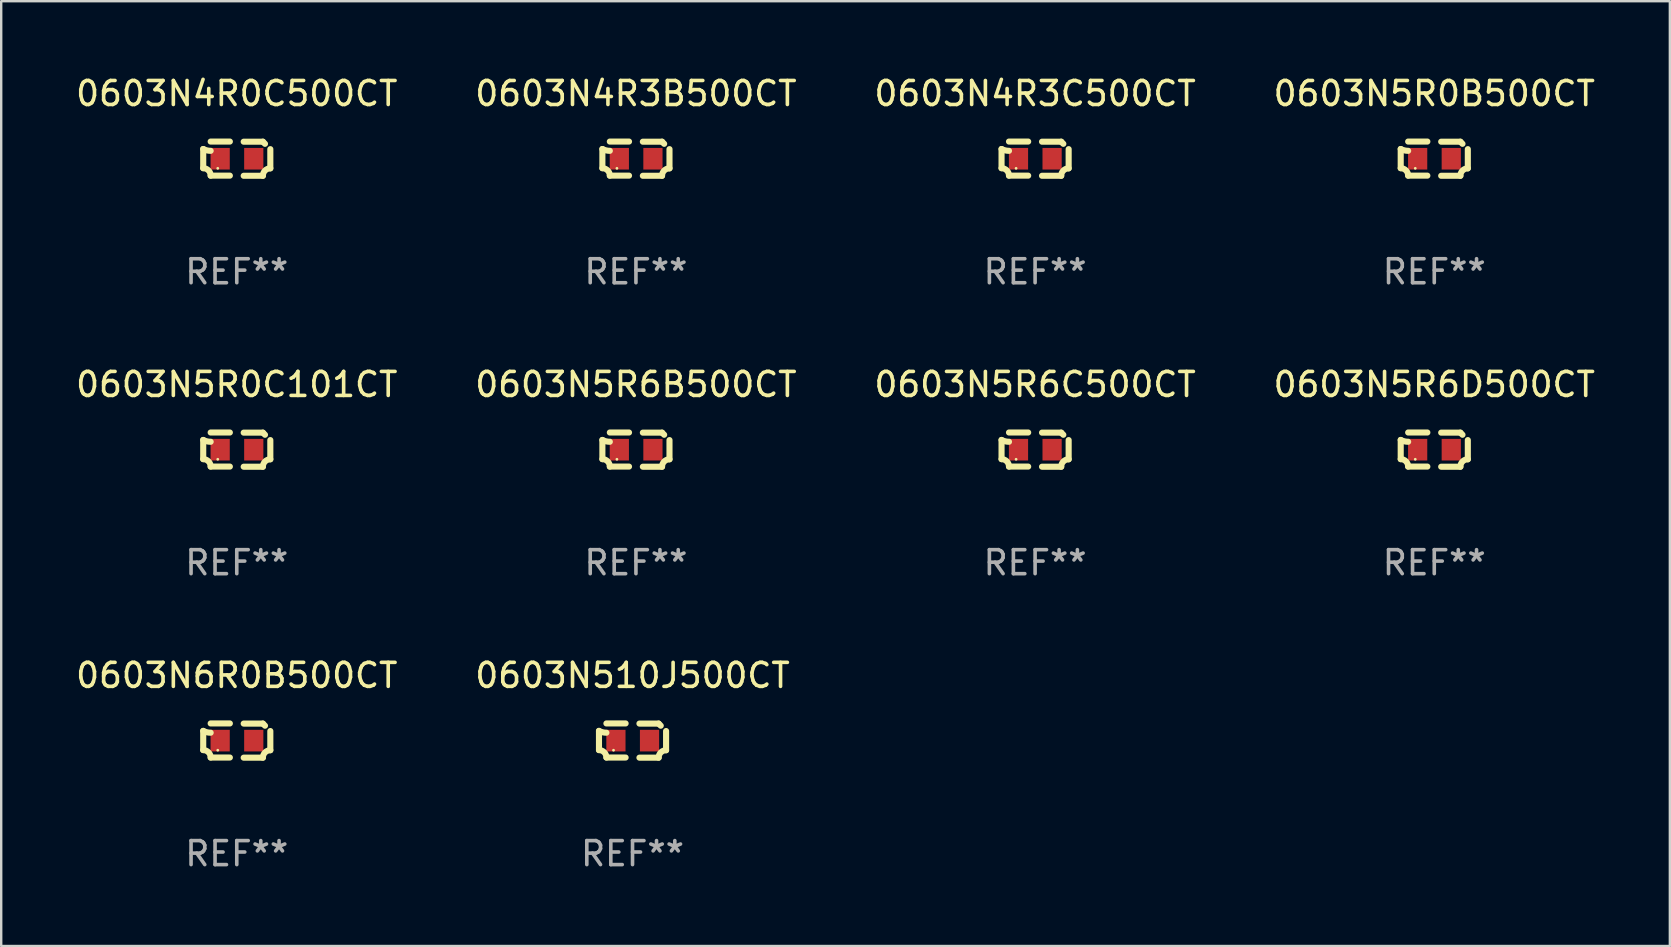
<source format=kicad_pcb>
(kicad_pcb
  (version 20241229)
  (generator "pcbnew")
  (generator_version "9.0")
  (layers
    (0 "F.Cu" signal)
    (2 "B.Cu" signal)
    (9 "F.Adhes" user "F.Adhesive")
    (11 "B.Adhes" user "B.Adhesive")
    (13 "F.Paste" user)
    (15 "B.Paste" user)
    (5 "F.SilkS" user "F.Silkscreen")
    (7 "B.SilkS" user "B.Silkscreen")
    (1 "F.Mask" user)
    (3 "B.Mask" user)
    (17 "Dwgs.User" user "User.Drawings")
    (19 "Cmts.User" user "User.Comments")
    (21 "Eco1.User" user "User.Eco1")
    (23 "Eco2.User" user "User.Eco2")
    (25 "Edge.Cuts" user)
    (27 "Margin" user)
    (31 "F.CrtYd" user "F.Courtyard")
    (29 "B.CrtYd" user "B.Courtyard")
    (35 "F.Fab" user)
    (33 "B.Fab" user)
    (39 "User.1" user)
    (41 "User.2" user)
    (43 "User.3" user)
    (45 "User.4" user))
  (footprint "0603N510J500CT"
    (layer "F.Cu")
    (at 23.304 27.805)
    (property "Reference" "0603N510J500CT" (at 0 -2.713 0) (layer "F.SilkS") (effects (font (size 1 1) (thickness 0.15))))
    (attr through_hole)
    (fp_line (start -1.398 -0.403) (end -1.398 0.397) (stroke (width 0.254) (type solid)) (layer "F.SilkS"))
    (fp_line (start -0.288 -0.713) (end -1.088 -0.713) (stroke (width 0.254) (type solid)) (layer "F.SilkS"))
    (fp_line (start -0.288 0.707) (end -1.088 0.707) (stroke (width 0.254) (type solid)) (layer "F.SilkS"))
    (fp_line (start 0.288 -0.707) (end 1.088 -0.707) (stroke (width 0.254) (type solid)) (layer "F.SilkS"))
    (fp_line (start 0.288 0.713) (end 1.088 0.713) (stroke (width 0.254) (type solid)) (layer "F.SilkS"))
    (fp_line (start 1.398 -0.397) (end 1.398 0.403) (stroke (width 0.254) (type solid)) (layer "F.SilkS"))
    (fp_arc (start -1.397789 0.397066) (mid -1.178701 0.487826) (end -1.08796 0.706922) (stroke (width 0.254001) (type solid)) (layer "F.SilkS"))
    (fp_arc (start -1.08796 -0.327176) (mid -1.247436 -0.346384) (end -1.39779 -0.402908) (stroke (width 0.254001) (type solid)) (layer "F.SilkS"))
    (fp_arc (start 1.087909 0.712738) (mid 1.178656 0.493655) (end 1.397739 0.402908) (stroke (width 0.254001) (type solid)) (layer "F.SilkS"))
    (fp_arc (start 1.175925 -0.618926) (mid 1.131917 -0.662923) (end 1.08791 -0.706922) (stroke (width 0.254001) (type solid)) (layer "F.SilkS"))
    (fp_circle (center -0.792 0.403) (end -0.762 0.403) (stroke (width 0.06) (type solid)) (fill no) (layer "F.SilkS"))
    (fp_text user "REF**" (at 0 4.713 0) (layer "F.Fab") (effects (font (size 1 1) (thickness 0.15))))
    (pad "1" smd rect (at -0.692 0.003) (size 0.8 0.9) (layers "F.Cu" "F.Mask" "F.Paste"))
    (pad "2" smd rect (at 0.708 0.003) (size 0.8 0.9) (layers "F.Cu" "F.Mask" "F.Paste")))
  (footprint "0603N5R6B500CT"
    (layer "F.Cu")
    (at 23.446 15.683)
    (property "Reference" "0603N5R6B500CT" (at 0 -2.713 0) (layer "F.SilkS") (effects (font (size 1 1) (thickness 0.15))))
    (attr through_hole)
    (fp_line (start -1.398 -0.403) (end -1.398 0.397) (stroke (width 0.254) (type solid)) (layer "F.SilkS"))
    (fp_line (start -0.288 -0.713) (end -1.088 -0.713) (stroke (width 0.254) (type solid)) (layer "F.SilkS"))
    (fp_line (start -0.288 0.707) (end -1.088 0.707) (stroke (width 0.254) (type solid)) (layer "F.SilkS"))
    (fp_line (start 0.288 -0.707) (end 1.088 -0.707) (stroke (width 0.254) (type solid)) (layer "F.SilkS"))
    (fp_line (start 0.288 0.713) (end 1.088 0.713) (stroke (width 0.254) (type solid)) (layer "F.SilkS"))
    (fp_line (start 1.398 -0.397) (end 1.398 0.403) (stroke (width 0.254) (type solid)) (layer "F.SilkS"))
    (fp_arc (start -1.397789 0.397066) (mid -1.178701 0.487826) (end -1.08796 0.706922) (stroke (width 0.254001) (type solid)) (layer "F.SilkS"))
    (fp_arc (start -1.08796 -0.327176) (mid -1.247436 -0.346384) (end -1.39779 -0.402908) (stroke (width 0.254001) (type solid)) (layer "F.SilkS"))
    (fp_arc (start 1.087909 0.712738) (mid 1.178656 0.493655) (end 1.397739 0.402908) (stroke (width 0.254001) (type solid)) (layer "F.SilkS"))
    (fp_arc (start 1.175925 -0.618926) (mid 1.131917 -0.662923) (end 1.08791 -0.706922) (stroke (width 0.254001) (type solid)) (layer "F.SilkS"))
    (fp_circle (center -0.792 0.403) (end -0.762 0.403) (stroke (width 0.06) (type solid)) (fill no) (layer "F.SilkS"))
    (fp_text user "REF**" (at 0 4.713 0) (layer "F.Fab") (effects (font (size 1 1) (thickness 0.15))))
    (pad "1" smd rect (at -0.692 0.003) (size 0.8 0.9) (layers "F.Cu" "F.Mask" "F.Paste"))
    (pad "2" smd rect (at 0.708 0.003) (size 0.8 0.9) (layers "F.Cu" "F.Mask" "F.Paste")))
  (footprint "0603N5R0C101CT"
    (layer "F.Cu")
    (at 6.815 15.683)
    (property "Reference" "0603N5R0C101CT" (at 0 -2.713 0) (layer "F.SilkS") (effects (font (size 1 1) (thickness 0.15))))
    (attr through_hole)
    (fp_line (start -1.398 -0.403) (end -1.398 0.397) (stroke (width 0.254) (type solid)) (layer "F.SilkS"))
    (fp_line (start -0.288 -0.713) (end -1.088 -0.713) (stroke (width 0.254) (type solid)) (layer "F.SilkS"))
    (fp_line (start -0.288 0.707) (end -1.088 0.707) (stroke (width 0.254) (type solid)) (layer "F.SilkS"))
    (fp_line (start 0.288 -0.707) (end 1.088 -0.707) (stroke (width 0.254) (type solid)) (layer "F.SilkS"))
    (fp_line (start 0.288 0.713) (end 1.088 0.713) (stroke (width 0.254) (type solid)) (layer "F.SilkS"))
    (fp_line (start 1.398 -0.397) (end 1.398 0.403) (stroke (width 0.254) (type solid)) (layer "F.SilkS"))
    (fp_arc (start -1.397789 0.397066) (mid -1.178701 0.487826) (end -1.08796 0.706922) (stroke (width 0.254001) (type solid)) (layer "F.SilkS"))
    (fp_arc (start -1.08796 -0.327176) (mid -1.247436 -0.346384) (end -1.39779 -0.402908) (stroke (width 0.254001) (type solid)) (layer "F.SilkS"))
    (fp_arc (start 1.087909 0.712738) (mid 1.178656 0.493655) (end 1.397739 0.402908) (stroke (width 0.254001) (type solid)) (layer "F.SilkS"))
    (fp_arc (start 1.175925 -0.618926) (mid 1.131917 -0.662923) (end 1.08791 -0.706922) (stroke (width 0.254001) (type solid)) (layer "F.SilkS"))
    (fp_circle (center -0.792 0.403) (end -0.762 0.403) (stroke (width 0.06) (type solid)) (fill no) (layer "F.SilkS"))
    (fp_text user "REF**" (at 0 4.713 0) (layer "F.Fab") (effects (font (size 1 1) (thickness 0.15))))
    (pad "1" smd rect (at -0.692 0.003) (size 0.8 0.9) (layers "F.Cu" "F.Mask" "F.Paste"))
    (pad "2" smd rect (at 0.708 0.003) (size 0.8 0.9) (layers "F.Cu" "F.Mask" "F.Paste")))
  (footprint "0603N5R6C500CT"
    (layer "F.Cu")
    (at 40.077 15.683)
    (property "Reference" "0603N5R6C500CT" (at 0 -2.713 0) (layer "F.SilkS") (effects (font (size 1 1) (thickness 0.15))))
    (attr through_hole)
    (fp_line (start -1.398 -0.403) (end -1.398 0.397) (stroke (width 0.254) (type solid)) (layer "F.SilkS"))
    (fp_line (start -0.288 -0.713) (end -1.088 -0.713) (stroke (width 0.254) (type solid)) (layer "F.SilkS"))
    (fp_line (start -0.288 0.707) (end -1.088 0.707) (stroke (width 0.254) (type solid)) (layer "F.SilkS"))
    (fp_line (start 0.288 -0.707) (end 1.088 -0.707) (stroke (width 0.254) (type solid)) (layer "F.SilkS"))
    (fp_line (start 0.288 0.713) (end 1.088 0.713) (stroke (width 0.254) (type solid)) (layer "F.SilkS"))
    (fp_line (start 1.398 -0.397) (end 1.398 0.403) (stroke (width 0.254) (type solid)) (layer "F.SilkS"))
    (fp_arc (start -1.397789 0.397066) (mid -1.178701 0.487826) (end -1.08796 0.706922) (stroke (width 0.254001) (type solid)) (layer "F.SilkS"))
    (fp_arc (start -1.08796 -0.327176) (mid -1.247436 -0.346384) (end -1.39779 -0.402908) (stroke (width 0.254001) (type solid)) (layer "F.SilkS"))
    (fp_arc (start 1.087909 0.712738) (mid 1.178656 0.493655) (end 1.397739 0.402908) (stroke (width 0.254001) (type solid)) (layer "F.SilkS"))
    (fp_arc (start 1.175925 -0.618926) (mid 1.131917 -0.662923) (end 1.08791 -0.706922) (stroke (width 0.254001) (type solid)) (layer "F.SilkS"))
    (fp_circle (center -0.792 0.403) (end -0.762 0.403) (stroke (width 0.06) (type solid)) (fill no) (layer "F.SilkS"))
    (fp_text user "REF**" (at 0 4.713 0) (layer "F.Fab") (effects (font (size 1 1) (thickness 0.15))))
    (pad "1" smd rect (at -0.692 0.003) (size 0.8 0.9) (layers "F.Cu" "F.Mask" "F.Paste"))
    (pad "2" smd rect (at 0.708 0.003) (size 0.8 0.9) (layers "F.Cu" "F.Mask" "F.Paste")))
  (footprint "0603N5R0B500CT"
    (layer "F.Cu")
    (at 56.708 3.561)
    (property "Reference" "0603N5R0B500CT" (at 0 -2.713 0) (layer "F.SilkS") (effects (font (size 1 1) (thickness 0.15))))
    (attr through_hole)
    (fp_line (start -1.398 -0.403) (end -1.398 0.397) (stroke (width 0.254) (type solid)) (layer "F.SilkS"))
    (fp_line (start -0.288 -0.713) (end -1.088 -0.713) (stroke (width 0.254) (type solid)) (layer "F.SilkS"))
    (fp_line (start -0.288 0.707) (end -1.088 0.707) (stroke (width 0.254) (type solid)) (layer "F.SilkS"))
    (fp_line (start 0.288 -0.707) (end 1.088 -0.707) (stroke (width 0.254) (type solid)) (layer "F.SilkS"))
    (fp_line (start 0.288 0.713) (end 1.088 0.713) (stroke (width 0.254) (type solid)) (layer "F.SilkS"))
    (fp_line (start 1.398 -0.397) (end 1.398 0.403) (stroke (width 0.254) (type solid)) (layer "F.SilkS"))
    (fp_arc (start -1.397789 0.397066) (mid -1.178701 0.487826) (end -1.08796 0.706922) (stroke (width 0.254001) (type solid)) (layer "F.SilkS"))
    (fp_arc (start -1.08796 -0.327176) (mid -1.247436 -0.346384) (end -1.39779 -0.402908) (stroke (width 0.254001) (type solid)) (layer "F.SilkS"))
    (fp_arc (start 1.087909 0.712738) (mid 1.178656 0.493655) (end 1.397739 0.402908) (stroke (width 0.254001) (type solid)) (layer "F.SilkS"))
    (fp_arc (start 1.175925 -0.618926) (mid 1.131917 -0.662923) (end 1.08791 -0.706922) (stroke (width 0.254001) (type solid)) (layer "F.SilkS"))
    (fp_circle (center -0.792 0.403) (end -0.762 0.403) (stroke (width 0.06) (type solid)) (fill no) (layer "F.SilkS"))
    (fp_text user "REF**" (at 0 4.713 0) (layer "F.Fab") (effects (font (size 1 1) (thickness 0.15))))
    (pad "1" smd rect (at -0.692 0.003) (size 0.8 0.9) (layers "F.Cu" "F.Mask" "F.Paste"))
    (pad "2" smd rect (at 0.708 0.003) (size 0.8 0.9) (layers "F.Cu" "F.Mask" "F.Paste")))
  (footprint "0603N4R3B500CT"
    (layer "F.Cu")
    (at 23.446 3.561)
    (property "Reference" "0603N4R3B500CT" (at 0 -2.713 0) (layer "F.SilkS") (effects (font (size 1 1) (thickness 0.15))))
    (attr through_hole)
    (fp_line (start -1.398 -0.403) (end -1.398 0.397) (stroke (width 0.254) (type solid)) (layer "F.SilkS"))
    (fp_line (start -0.288 -0.713) (end -1.088 -0.713) (stroke (width 0.254) (type solid)) (layer "F.SilkS"))
    (fp_line (start -0.288 0.707) (end -1.088 0.707) (stroke (width 0.254) (type solid)) (layer "F.SilkS"))
    (fp_line (start 0.288 -0.707) (end 1.088 -0.707) (stroke (width 0.254) (type solid)) (layer "F.SilkS"))
    (fp_line (start 0.288 0.713) (end 1.088 0.713) (stroke (width 0.254) (type solid)) (layer "F.SilkS"))
    (fp_line (start 1.398 -0.397) (end 1.398 0.403) (stroke (width 0.254) (type solid)) (layer "F.SilkS"))
    (fp_arc (start -1.397789 0.397066) (mid -1.178701 0.487826) (end -1.08796 0.706922) (stroke (width 0.254001) (type solid)) (layer "F.SilkS"))
    (fp_arc (start -1.08796 -0.327176) (mid -1.247436 -0.346384) (end -1.39779 -0.402908) (stroke (width 0.254001) (type solid)) (layer "F.SilkS"))
    (fp_arc (start 1.087909 0.712738) (mid 1.178656 0.493655) (end 1.397739 0.402908) (stroke (width 0.254001) (type solid)) (layer "F.SilkS"))
    (fp_arc (start 1.175925 -0.618926) (mid 1.131917 -0.662923) (end 1.08791 -0.706922) (stroke (width 0.254001) (type solid)) (layer "F.SilkS"))
    (fp_circle (center -0.792 0.403) (end -0.762 0.403) (stroke (width 0.06) (type solid)) (fill no) (layer "F.SilkS"))
    (fp_text user "REF**" (at 0 4.713 0) (layer "F.Fab") (effects (font (size 1 1) (thickness 0.15))))
    (pad "1" smd rect (at -0.692 0.003) (size 0.8 0.9) (layers "F.Cu" "F.Mask" "F.Paste"))
    (pad "2" smd rect (at 0.708 0.003) (size 0.8 0.9) (layers "F.Cu" "F.Mask" "F.Paste")))
  (footprint "0603N4R0C500CT"
    (layer "F.Cu")
    (at 6.815 3.561)
    (property "Reference" "0603N4R0C500CT" (at 0 -2.713 0) (layer "F.SilkS") (effects (font (size 1 1) (thickness 0.15))))
    (attr through_hole)
    (fp_line (start -1.398 -0.403) (end -1.398 0.397) (stroke (width 0.254) (type solid)) (layer "F.SilkS"))
    (fp_line (start -0.288 -0.713) (end -1.088 -0.713) (stroke (width 0.254) (type solid)) (layer "F.SilkS"))
    (fp_line (start -0.288 0.707) (end -1.088 0.707) (stroke (width 0.254) (type solid)) (layer "F.SilkS"))
    (fp_line (start 0.288 -0.707) (end 1.088 -0.707) (stroke (width 0.254) (type solid)) (layer "F.SilkS"))
    (fp_line (start 0.288 0.713) (end 1.088 0.713) (stroke (width 0.254) (type solid)) (layer "F.SilkS"))
    (fp_line (start 1.398 -0.397) (end 1.398 0.403) (stroke (width 0.254) (type solid)) (layer "F.SilkS"))
    (fp_arc (start -1.397789 0.397066) (mid -1.178701 0.487826) (end -1.08796 0.706922) (stroke (width 0.254001) (type solid)) (layer "F.SilkS"))
    (fp_arc (start -1.08796 -0.327176) (mid -1.247436 -0.346384) (end -1.39779 -0.402908) (stroke (width 0.254001) (type solid)) (layer "F.SilkS"))
    (fp_arc (start 1.087909 0.712738) (mid 1.178656 0.493655) (end 1.397739 0.402908) (stroke (width 0.254001) (type solid)) (layer "F.SilkS"))
    (fp_arc (start 1.175925 -0.618926) (mid 1.131917 -0.662923) (end 1.08791 -0.706922) (stroke (width 0.254001) (type solid)) (layer "F.SilkS"))
    (fp_circle (center -0.792 0.403) (end -0.762 0.403) (stroke (width 0.06) (type solid)) (fill no) (layer "F.SilkS"))
    (fp_text user "REF**" (at 0 4.713 0) (layer "F.Fab") (effects (font (size 1 1) (thickness 0.15))))
    (pad "1" smd rect (at -0.692 0.003) (size 0.8 0.9) (layers "F.Cu" "F.Mask" "F.Paste"))
    (pad "2" smd rect (at 0.708 0.003) (size 0.8 0.9) (layers "F.Cu" "F.Mask" "F.Paste")))
  (footprint "0603N6R0B500CT"
    (layer "F.Cu")
    (at 6.815 27.805)
    (property "Reference" "0603N6R0B500CT" (at 0 -2.713 0) (layer "F.SilkS") (effects (font (size 1 1) (thickness 0.15))))
    (attr through_hole)
    (fp_line (start -1.398 -0.403) (end -1.398 0.397) (stroke (width 0.254) (type solid)) (layer "F.SilkS"))
    (fp_line (start -0.288 -0.713) (end -1.088 -0.713) (stroke (width 0.254) (type solid)) (layer "F.SilkS"))
    (fp_line (start -0.288 0.707) (end -1.088 0.707) (stroke (width 0.254) (type solid)) (layer "F.SilkS"))
    (fp_line (start 0.288 -0.707) (end 1.088 -0.707) (stroke (width 0.254) (type solid)) (layer "F.SilkS"))
    (fp_line (start 0.288 0.713) (end 1.088 0.713) (stroke (width 0.254) (type solid)) (layer "F.SilkS"))
    (fp_line (start 1.398 -0.397) (end 1.398 0.403) (stroke (width 0.254) (type solid)) (layer "F.SilkS"))
    (fp_arc (start -1.397789 0.397066) (mid -1.178701 0.487826) (end -1.08796 0.706922) (stroke (width 0.254001) (type solid)) (layer "F.SilkS"))
    (fp_arc (start -1.08796 -0.327176) (mid -1.247436 -0.346384) (end -1.39779 -0.402908) (stroke (width 0.254001) (type solid)) (layer "F.SilkS"))
    (fp_arc (start 1.087909 0.712738) (mid 1.178656 0.493655) (end 1.397739 0.402908) (stroke (width 0.254001) (type solid)) (layer "F.SilkS"))
    (fp_arc (start 1.175925 -0.618926) (mid 1.131917 -0.662923) (end 1.08791 -0.706922) (stroke (width 0.254001) (type solid)) (layer "F.SilkS"))
    (fp_circle (center -0.792 0.403) (end -0.762 0.403) (stroke (width 0.06) (type solid)) (fill no) (layer "F.SilkS"))
    (fp_text user "REF**" (at 0 4.713 0) (layer "F.Fab") (effects (font (size 1 1) (thickness 0.15))))
    (pad "1" smd rect (at -0.692 0.003) (size 0.8 0.9) (layers "F.Cu" "F.Mask" "F.Paste"))
    (pad "2" smd rect (at 0.708 0.003) (size 0.8 0.9) (layers "F.Cu" "F.Mask" "F.Paste")))
  (footprint "0603N5R6D500CT"
    (layer "F.Cu")
    (at 56.708 15.683)
    (property "Reference" "0603N5R6D500CT" (at 0 -2.713 0) (layer "F.SilkS") (effects (font (size 1 1) (thickness 0.15))))
    (attr through_hole)
    (fp_line (start -1.398 -0.403) (end -1.398 0.397) (stroke (width 0.254) (type solid)) (layer "F.SilkS"))
    (fp_line (start -0.288 -0.713) (end -1.088 -0.713) (stroke (width 0.254) (type solid)) (layer "F.SilkS"))
    (fp_line (start -0.288 0.707) (end -1.088 0.707) (stroke (width 0.254) (type solid)) (layer "F.SilkS"))
    (fp_line (start 0.288 -0.707) (end 1.088 -0.707) (stroke (width 0.254) (type solid)) (layer "F.SilkS"))
    (fp_line (start 0.288 0.713) (end 1.088 0.713) (stroke (width 0.254) (type solid)) (layer "F.SilkS"))
    (fp_line (start 1.398 -0.397) (end 1.398 0.403) (stroke (width 0.254) (type solid)) (layer "F.SilkS"))
    (fp_arc (start -1.397789 0.397066) (mid -1.178701 0.487826) (end -1.08796 0.706922) (stroke (width 0.254001) (type solid)) (layer "F.SilkS"))
    (fp_arc (start -1.08796 -0.327176) (mid -1.247436 -0.346384) (end -1.39779 -0.402908) (stroke (width 0.254001) (type solid)) (layer "F.SilkS"))
    (fp_arc (start 1.087909 0.712738) (mid 1.178656 0.493655) (end 1.397739 0.402908) (stroke (width 0.254001) (type solid)) (layer "F.SilkS"))
    (fp_arc (start 1.175925 -0.618926) (mid 1.131917 -0.662923) (end 1.08791 -0.706922) (stroke (width 0.254001) (type solid)) (layer "F.SilkS"))
    (fp_circle (center -0.792 0.403) (end -0.762 0.403) (stroke (width 0.06) (type solid)) (fill no) (layer "F.SilkS"))
    (fp_text user "REF**" (at 0 4.713 0) (layer "F.Fab") (effects (font (size 1 1) (thickness 0.15))))
    (pad "1" smd rect (at -0.692 0.003) (size 0.8 0.9) (layers "F.Cu" "F.Mask" "F.Paste"))
    (pad "2" smd rect (at 0.708 0.003) (size 0.8 0.9) (layers "F.Cu" "F.Mask" "F.Paste")))
  (footprint "0603N4R3C500CT"
    (layer "F.Cu")
    (at 40.077 3.561)
    (property "Reference" "0603N4R3C500CT" (at 0 -2.713 0) (layer "F.SilkS") (effects (font (size 1 1) (thickness 0.15))))
    (attr through_hole)
    (fp_line (start -1.398 -0.403) (end -1.398 0.397) (stroke (width 0.254) (type solid)) (layer "F.SilkS"))
    (fp_line (start -0.288 -0.713) (end -1.088 -0.713) (stroke (width 0.254) (type solid)) (layer "F.SilkS"))
    (fp_line (start -0.288 0.707) (end -1.088 0.707) (stroke (width 0.254) (type solid)) (layer "F.SilkS"))
    (fp_line (start 0.288 -0.707) (end 1.088 -0.707) (stroke (width 0.254) (type solid)) (layer "F.SilkS"))
    (fp_line (start 0.288 0.713) (end 1.088 0.713) (stroke (width 0.254) (type solid)) (layer "F.SilkS"))
    (fp_line (start 1.398 -0.397) (end 1.398 0.403) (stroke (width 0.254) (type solid)) (layer "F.SilkS"))
    (fp_arc (start -1.397789 0.397066) (mid -1.178701 0.487826) (end -1.08796 0.706922) (stroke (width 0.254001) (type solid)) (layer "F.SilkS"))
    (fp_arc (start -1.08796 -0.327176) (mid -1.247436 -0.346384) (end -1.39779 -0.402908) (stroke (width 0.254001) (type solid)) (layer "F.SilkS"))
    (fp_arc (start 1.087909 0.712738) (mid 1.178656 0.493655) (end 1.397739 0.402908) (stroke (width 0.254001) (type solid)) (layer "F.SilkS"))
    (fp_arc (start 1.175925 -0.618926) (mid 1.131917 -0.662923) (end 1.08791 -0.706922) (stroke (width 0.254001) (type solid)) (layer "F.SilkS"))
    (fp_circle (center -0.792 0.403) (end -0.762 0.403) (stroke (width 0.06) (type solid)) (fill no) (layer "F.SilkS"))
    (fp_text user "REF**" (at 0 4.713 0) (layer "F.Fab") (effects (font (size 1 1) (thickness 0.15))))
    (pad "1" smd rect (at -0.692 0.003) (size 0.8 0.9) (layers "F.Cu" "F.Mask" "F.Paste"))
    (pad "2" smd rect (at 0.708 0.003) (size 0.8 0.9) (layers "F.Cu" "F.Mask" "F.Paste")))
  (gr_rect
    (start -3 -3)
    (end 66.524 36.366)
    (stroke (width 0.1) (type default))
    (fill no)
    (layer "Edge.Cuts")))
</source>
